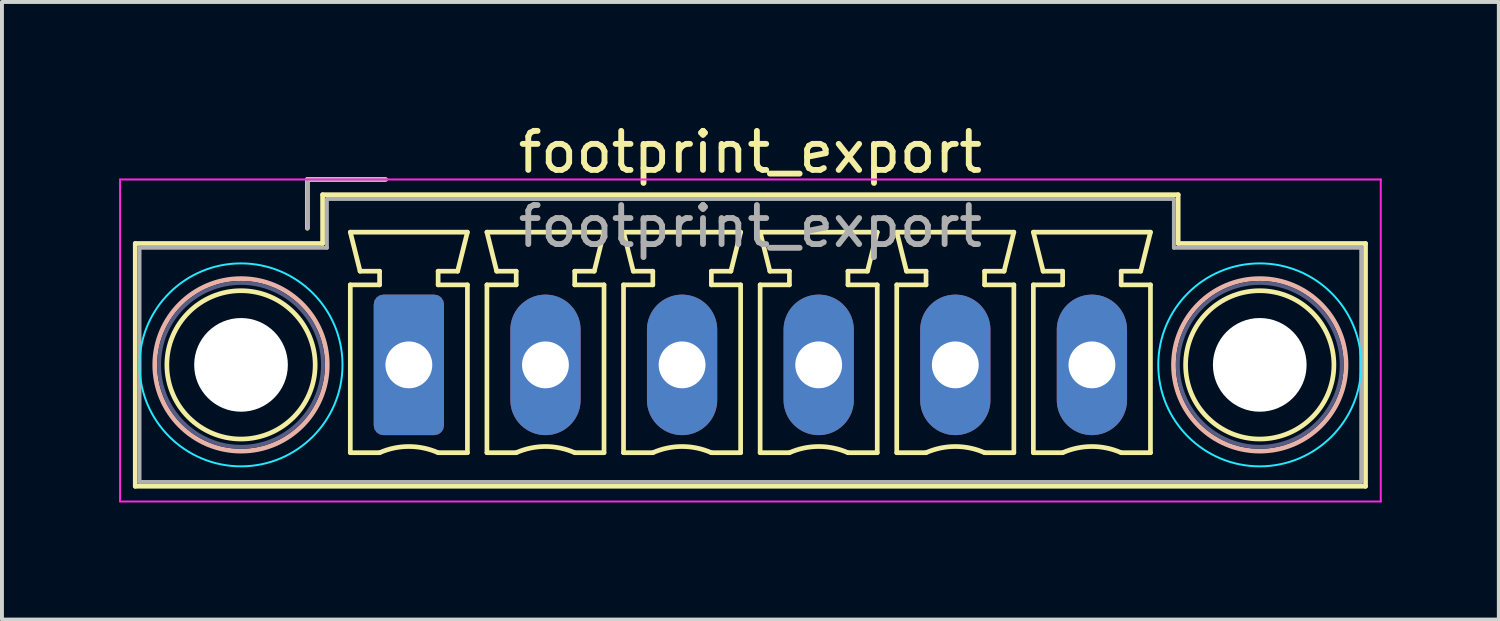
<source format=kicad_pcb>
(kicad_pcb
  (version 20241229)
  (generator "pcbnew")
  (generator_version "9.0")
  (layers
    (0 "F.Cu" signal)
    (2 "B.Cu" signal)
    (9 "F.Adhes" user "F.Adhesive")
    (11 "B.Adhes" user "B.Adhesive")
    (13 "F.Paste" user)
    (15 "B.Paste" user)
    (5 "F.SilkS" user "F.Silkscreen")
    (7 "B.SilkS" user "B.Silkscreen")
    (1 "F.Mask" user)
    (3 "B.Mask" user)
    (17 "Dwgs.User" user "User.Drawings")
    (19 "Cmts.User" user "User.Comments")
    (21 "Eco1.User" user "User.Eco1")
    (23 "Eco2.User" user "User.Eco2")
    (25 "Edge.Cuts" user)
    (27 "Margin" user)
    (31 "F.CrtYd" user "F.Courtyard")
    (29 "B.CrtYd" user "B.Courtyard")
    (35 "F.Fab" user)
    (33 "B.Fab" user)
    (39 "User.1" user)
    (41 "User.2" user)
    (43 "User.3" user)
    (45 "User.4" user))
  (footprint "footprint_export"
    (layer "F.Cu")
    (at 7.425 6.298)
    (property "Reference" "footprint_export" (at 8.75 -5.45 0) (layer "F.SilkS") (effects (font (size 1 1) (thickness 0.15))))
    (attr through_hole)
    (fp_line (start -7.01 -3.11) (end -7.01 3.11) (stroke (width 0.12) (type solid)) (layer "F.SilkS"))
    (fp_line (start -7.01 3.11) (end 24.51 3.11) (stroke (width 0.12) (type solid)) (layer "F.SilkS"))
    (fp_line (start -2.6 -4.75) (end -0.6 -4.75) (stroke (width 0.12) (type solid)) (layer "F.SilkS"))
    (fp_line (start -2.6 -3.5) (end -2.6 -4.75) (stroke (width 0.12) (type solid)) (layer "F.SilkS"))
    (fp_line (start -2.21 -4.36) (end -2.21 -3.11) (stroke (width 0.12) (type solid)) (layer "F.SilkS"))
    (fp_line (start -2.21 -3.11) (end -7.01 -3.11) (stroke (width 0.12) (type solid)) (layer "F.SilkS"))
    (fp_line (start -1.5 -3.4) (end 1.5 -3.4) (stroke (width 0.12) (type solid)) (layer "F.SilkS"))
    (fp_line (start -1.5 -2.05) (end -0.75 -2.05) (stroke (width 0.12) (type solid)) (layer "F.SilkS"))
    (fp_line (start -1.5 2.25) (end -1.5 -2.05) (stroke (width 0.12) (type solid)) (layer "F.SilkS"))
    (fp_line (start -1.25 -2.4) (end -1.5 -3.4) (stroke (width 0.12) (type solid)) (layer "F.SilkS"))
    (fp_line (start -0.75 -2.4) (end -1.25 -2.4) (stroke (width 0.12) (type solid)) (layer "F.SilkS"))
    (fp_line (start -0.75 -2.05) (end -0.75 -2.4) (stroke (width 0.12) (type solid)) (layer "F.SilkS"))
    (fp_line (start -0.75 2.25) (end -1.5 2.25) (stroke (width 0.12) (type solid)) (layer "F.SilkS"))
    (fp_line (start 0.75 -2.4) (end 0.75 -2.05) (stroke (width 0.12) (type solid)) (layer "F.SilkS"))
    (fp_line (start 0.75 -2.05) (end 1.5 -2.05) (stroke (width 0.12) (type solid)) (layer "F.SilkS"))
    (fp_line (start 1.25 -2.4) (end 0.75 -2.4) (stroke (width 0.12) (type solid)) (layer "F.SilkS"))
    (fp_line (start 1.5 -3.4) (end 1.25 -2.4) (stroke (width 0.12) (type solid)) (layer "F.SilkS"))
    (fp_line (start 1.5 -2.05) (end 1.5 2.25) (stroke (width 0.12) (type solid)) (layer "F.SilkS"))
    (fp_line (start 1.5 2.25) (end 0.75 2.25) (stroke (width 0.12) (type solid)) (layer "F.SilkS"))
    (fp_line (start 2 -3.4) (end 5 -3.4) (stroke (width 0.12) (type solid)) (layer "F.SilkS"))
    (fp_line (start 2 -2.05) (end 2.75 -2.05) (stroke (width 0.12) (type solid)) (layer "F.SilkS"))
    (fp_line (start 2 2.25) (end 2 -2.05) (stroke (width 0.12) (type solid)) (layer "F.SilkS"))
    (fp_line (start 2.25 -2.4) (end 2 -3.4) (stroke (width 0.12) (type solid)) (layer "F.SilkS"))
    (fp_line (start 2.75 -2.4) (end 2.25 -2.4) (stroke (width 0.12) (type solid)) (layer "F.SilkS"))
    (fp_line (start 2.75 -2.05) (end 2.75 -2.4) (stroke (width 0.12) (type solid)) (layer "F.SilkS"))
    (fp_line (start 2.75 2.25) (end 2 2.25) (stroke (width 0.12) (type solid)) (layer "F.SilkS"))
    (fp_line (start 4.25 -2.4) (end 4.25 -2.05) (stroke (width 0.12) (type solid)) (layer "F.SilkS"))
    (fp_line (start 4.25 -2.05) (end 5 -2.05) (stroke (width 0.12) (type solid)) (layer "F.SilkS"))
    (fp_line (start 4.75 -2.4) (end 4.25 -2.4) (stroke (width 0.12) (type solid)) (layer "F.SilkS"))
    (fp_line (start 5 -3.4) (end 4.75 -2.4) (stroke (width 0.12) (type solid)) (layer "F.SilkS"))
    (fp_line (start 5 -2.05) (end 5 2.25) (stroke (width 0.12) (type solid)) (layer "F.SilkS"))
    (fp_line (start 5 2.25) (end 4.25 2.25) (stroke (width 0.12) (type solid)) (layer "F.SilkS"))
    (fp_line (start 5.5 -3.4) (end 8.5 -3.4) (stroke (width 0.12) (type solid)) (layer "F.SilkS"))
    (fp_line (start 5.5 -2.05) (end 6.25 -2.05) (stroke (width 0.12) (type solid)) (layer "F.SilkS"))
    (fp_line (start 5.5 2.25) (end 5.5 -2.05) (stroke (width 0.12) (type solid)) (layer "F.SilkS"))
    (fp_line (start 5.75 -2.4) (end 5.5 -3.4) (stroke (width 0.12) (type solid)) (layer "F.SilkS"))
    (fp_line (start 6.25 -2.4) (end 5.75 -2.4) (stroke (width 0.12) (type solid)) (layer "F.SilkS"))
    (fp_line (start 6.25 -2.05) (end 6.25 -2.4) (stroke (width 0.12) (type solid)) (layer "F.SilkS"))
    (fp_line (start 6.25 2.25) (end 5.5 2.25) (stroke (width 0.12) (type solid)) (layer "F.SilkS"))
    (fp_line (start 7.75 -2.4) (end 7.75 -2.05) (stroke (width 0.12) (type solid)) (layer "F.SilkS"))
    (fp_line (start 7.75 -2.05) (end 8.5 -2.05) (stroke (width 0.12) (type solid)) (layer "F.SilkS"))
    (fp_line (start 8.25 -2.4) (end 7.75 -2.4) (stroke (width 0.12) (type solid)) (layer "F.SilkS"))
    (fp_line (start 8.5 -3.4) (end 8.25 -2.4) (stroke (width 0.12) (type solid)) (layer "F.SilkS"))
    (fp_line (start 8.5 -2.05) (end 8.5 2.25) (stroke (width 0.12) (type solid)) (layer "F.SilkS"))
    (fp_line (start 8.5 2.25) (end 7.75 2.25) (stroke (width 0.12) (type solid)) (layer "F.SilkS"))
    (fp_line (start 9 -3.4) (end 12 -3.4) (stroke (width 0.12) (type solid)) (layer "F.SilkS"))
    (fp_line (start 9 -2.05) (end 9.75 -2.05) (stroke (width 0.12) (type solid)) (layer "F.SilkS"))
    (fp_line (start 9 2.25) (end 9 -2.05) (stroke (width 0.12) (type solid)) (layer "F.SilkS"))
    (fp_line (start 9.25 -2.4) (end 9 -3.4) (stroke (width 0.12) (type solid)) (layer "F.SilkS"))
    (fp_line (start 9.75 -2.4) (end 9.25 -2.4) (stroke (width 0.12) (type solid)) (layer "F.SilkS"))
    (fp_line (start 9.75 -2.05) (end 9.75 -2.4) (stroke (width 0.12) (type solid)) (layer "F.SilkS"))
    (fp_line (start 9.75 2.25) (end 9 2.25) (stroke (width 0.12) (type solid)) (layer "F.SilkS"))
    (fp_line (start 11.25 -2.4) (end 11.25 -2.05) (stroke (width 0.12) (type solid)) (layer "F.SilkS"))
    (fp_line (start 11.25 -2.05) (end 12 -2.05) (stroke (width 0.12) (type solid)) (layer "F.SilkS"))
    (fp_line (start 11.75 -2.4) (end 11.25 -2.4) (stroke (width 0.12) (type solid)) (layer "F.SilkS"))
    (fp_line (start 12 -3.4) (end 11.75 -2.4) (stroke (width 0.12) (type solid)) (layer "F.SilkS"))
    (fp_line (start 12 -2.05) (end 12 2.25) (stroke (width 0.12) (type solid)) (layer "F.SilkS"))
    (fp_line (start 12 2.25) (end 11.25 2.25) (stroke (width 0.12) (type solid)) (layer "F.SilkS"))
    (fp_line (start 12.5 -3.4) (end 15.5 -3.4) (stroke (width 0.12) (type solid)) (layer "F.SilkS"))
    (fp_line (start 12.5 -2.05) (end 13.25 -2.05) (stroke (width 0.12) (type solid)) (layer "F.SilkS"))
    (fp_line (start 12.5 2.25) (end 12.5 -2.05) (stroke (width 0.12) (type solid)) (layer "F.SilkS"))
    (fp_line (start 12.75 -2.4) (end 12.5 -3.4) (stroke (width 0.12) (type solid)) (layer "F.SilkS"))
    (fp_line (start 13.25 -2.4) (end 12.75 -2.4) (stroke (width 0.12) (type solid)) (layer "F.SilkS"))
    (fp_line (start 13.25 -2.05) (end 13.25 -2.4) (stroke (width 0.12) (type solid)) (layer "F.SilkS"))
    (fp_line (start 13.25 2.25) (end 12.5 2.25) (stroke (width 0.12) (type solid)) (layer "F.SilkS"))
    (fp_line (start 14.75 -2.4) (end 14.75 -2.05) (stroke (width 0.12) (type solid)) (layer "F.SilkS"))
    (fp_line (start 14.75 -2.05) (end 15.5 -2.05) (stroke (width 0.12) (type solid)) (layer "F.SilkS"))
    (fp_line (start 15.25 -2.4) (end 14.75 -2.4) (stroke (width 0.12) (type solid)) (layer "F.SilkS"))
    (fp_line (start 15.5 -3.4) (end 15.25 -2.4) (stroke (width 0.12) (type solid)) (layer "F.SilkS"))
    (fp_line (start 15.5 -2.05) (end 15.5 2.25) (stroke (width 0.12) (type solid)) (layer "F.SilkS"))
    (fp_line (start 15.5 2.25) (end 14.75 2.25) (stroke (width 0.12) (type solid)) (layer "F.SilkS"))
    (fp_line (start 16 -3.4) (end 19 -3.4) (stroke (width 0.12) (type solid)) (layer "F.SilkS"))
    (fp_line (start 16 -2.05) (end 16.75 -2.05) (stroke (width 0.12) (type solid)) (layer "F.SilkS"))
    (fp_line (start 16 2.25) (end 16 -2.05) (stroke (width 0.12) (type solid)) (layer "F.SilkS"))
    (fp_line (start 16.25 -2.4) (end 16 -3.4) (stroke (width 0.12) (type solid)) (layer "F.SilkS"))
    (fp_line (start 16.75 -2.4) (end 16.25 -2.4) (stroke (width 0.12) (type solid)) (layer "F.SilkS"))
    (fp_line (start 16.75 -2.05) (end 16.75 -2.4) (stroke (width 0.12) (type solid)) (layer "F.SilkS"))
    (fp_line (start 16.75 2.25) (end 16 2.25) (stroke (width 0.12) (type solid)) (layer "F.SilkS"))
    (fp_line (start 18.25 -2.4) (end 18.25 -2.05) (stroke (width 0.12) (type solid)) (layer "F.SilkS"))
    (fp_line (start 18.25 -2.05) (end 19 -2.05) (stroke (width 0.12) (type solid)) (layer "F.SilkS"))
    (fp_line (start 18.75 -2.4) (end 18.25 -2.4) (stroke (width 0.12) (type solid)) (layer "F.SilkS"))
    (fp_line (start 19 -3.4) (end 18.75 -2.4) (stroke (width 0.12) (type solid)) (layer "F.SilkS"))
    (fp_line (start 19 -2.05) (end 19 2.25) (stroke (width 0.12) (type solid)) (layer "F.SilkS"))
    (fp_line (start 19 2.25) (end 18.25 2.25) (stroke (width 0.12) (type solid)) (layer "F.SilkS"))
    (fp_line (start 19.71 -4.36) (end -2.21 -4.36) (stroke (width 0.12) (type solid)) (layer "F.SilkS"))
    (fp_line (start 19.71 -3.11) (end 19.71 -4.36) (stroke (width 0.12) (type solid)) (layer "F.SilkS"))
    (fp_line (start 24.51 -3.11) (end 19.71 -3.11) (stroke (width 0.12) (type solid)) (layer "F.SilkS"))
    (fp_line (start 24.51 3.11) (end 24.51 -3.11) (stroke (width 0.12) (type solid)) (layer "F.SilkS"))
    (fp_arc (start -0.75 2.25) (mid -0.000193 2.09191) (end 0.749647 2.249844) (stroke (width 0.12) (type solid)) (layer "F.SilkS"))
    (fp_arc (start 2.75 2.25) (mid 3.499807 2.09191) (end 4.249647 2.249844) (stroke (width 0.12) (type solid)) (layer "F.SilkS"))
    (fp_arc (start 6.25 2.25) (mid 6.999807 2.09191) (end 7.749647 2.249844) (stroke (width 0.12) (type solid)) (layer "F.SilkS"))
    (fp_arc (start 9.75 2.25) (mid 10.499807 2.09191) (end 11.249647 2.249844) (stroke (width 0.12) (type solid)) (layer "F.SilkS"))
    (fp_arc (start 13.25 2.25) (mid 13.999807 2.09191) (end 14.749647 2.249844) (stroke (width 0.12) (type solid)) (layer "F.SilkS"))
    (fp_arc (start 16.75 2.25) (mid 17.499807 2.09191) (end 18.249647 2.249844) (stroke (width 0.12) (type solid)) (layer "F.SilkS"))
    (fp_circle (center -4.3 0) (end -2.4 0) (stroke (width 0.12) (type solid)) (fill no) (layer "F.SilkS"))
    (fp_circle (center 21.8 0) (end 23.7 0) (stroke (width 0.12) (type solid)) (fill no) (layer "F.SilkS"))
    (fp_circle (center -4.3 0) (end -2.09 0) (stroke (width 0.12) (type solid)) (fill no) (layer "B.SilkS"))
    (fp_circle (center 21.8 0) (end 24.01 0) (stroke (width 0.12) (type solid)) (fill no) (layer "B.SilkS"))
    (fp_circle (center -4.3 0) (end -1.7 0) (stroke (width 0.05) (type solid)) (fill no) (layer "B.CrtYd"))
    (fp_circle (center 21.8 0) (end 24.4 0) (stroke (width 0.05) (type solid)) (fill no) (layer "B.CrtYd"))
    (fp_line (start -7.4 -4.75) (end -7.4 3.5) (stroke (width 0.05) (type solid)) (layer "F.CrtYd"))
    (fp_line (start -7.4 3.5) (end 24.9 3.5) (stroke (width 0.05) (type solid)) (layer "F.CrtYd"))
    (fp_line (start 24.9 -4.75) (end -7.4 -4.75) (stroke (width 0.05) (type solid)) (layer "F.CrtYd"))
    (fp_line (start 24.9 3.5) (end 24.9 -4.75) (stroke (width 0.05) (type solid)) (layer "F.CrtYd"))
    (fp_circle (center -4.3 0) (end -2.2 0) (stroke (width 0.1) (type solid)) (fill no) (layer "B.Fab"))
    (fp_circle (center 21.8 0) (end 23.9 0) (stroke (width 0.1) (type solid)) (fill no) (layer "B.Fab"))
    (fp_line (start -6.9 -3) (end -6.9 3) (stroke (width 0.1) (type solid)) (layer "F.Fab"))
    (fp_line (start -6.9 3) (end 24.4 3) (stroke (width 0.1) (type solid)) (layer "F.Fab"))
    (fp_line (start -2.6 -4.75) (end -0.6 -4.75) (stroke (width 0.1) (type solid)) (layer "F.Fab"))
    (fp_line (start -2.6 -3.5) (end -2.6 -4.75) (stroke (width 0.1) (type solid)) (layer "F.Fab"))
    (fp_line (start -2.1 -4.25) (end -2.1 -3) (stroke (width 0.1) (type solid)) (layer "F.Fab"))
    (fp_line (start -2.1 -3) (end -6.9 -3) (stroke (width 0.1) (type solid)) (layer "F.Fab"))
    (fp_line (start 19.6 -4.25) (end -2.1 -4.25) (stroke (width 0.1) (type solid)) (layer "F.Fab"))
    (fp_line (start 19.6 -3) (end 19.6 -4.25) (stroke (width 0.1) (type solid)) (layer "F.Fab"))
    (fp_line (start 24.4 -3) (end 19.6 -3) (stroke (width 0.1) (type solid)) (layer "F.Fab"))
    (fp_line (start 24.4 3) (end 24.4 -3) (stroke (width 0.1) (type solid)) (layer "F.Fab"))
    (fp_text user "${REFERENCE}" (at 8.75 -3.55 0) (layer "F.Fab") (effects (font (size 1 1) (thickness 0.15))))
    (pad "" np_thru_hole circle (at -4.3 0) (size 2.4 2.4) (drill 2.4) (layers "*.Cu" "*.Mask"))
    (pad "" np_thru_hole circle (at 21.8 0) (size 2.4 2.4) (drill 2.4) (layers "*.Cu" "*.Mask"))
    (pad "1" thru_hole roundrect (at 0 0) (size 1.8 3.6) (drill 1.2) (layers "*.Cu" "*.Mask") (roundrect_rratio 0.139))
    (pad "2" thru_hole oval (at 3.5 0) (size 1.8 3.6) (drill 1.2) (layers "*.Cu" "*.Mask"))
    (pad "3" thru_hole oval (at 7 0) (size 1.8 3.6) (drill 1.2) (layers "*.Cu" "*.Mask"))
    (pad "4" thru_hole oval (at 10.5 0) (size 1.8 3.6) (drill 1.2) (layers "*.Cu" "*.Mask"))
    (pad "5" thru_hole oval (at 14 0) (size 1.8 3.6) (drill 1.2) (layers "*.Cu" "*.Mask"))
    (pad "6" thru_hole oval (at 17.5 0) (size 1.8 3.6) (drill 1.2) (layers "*.Cu" "*.Mask")))
  (gr_rect
    (start -3 -3)
    (end 35.35 12.823)
    (stroke (width 0.1) (type default))
    (fill no)
    (layer "Edge.Cuts")))
</source>
